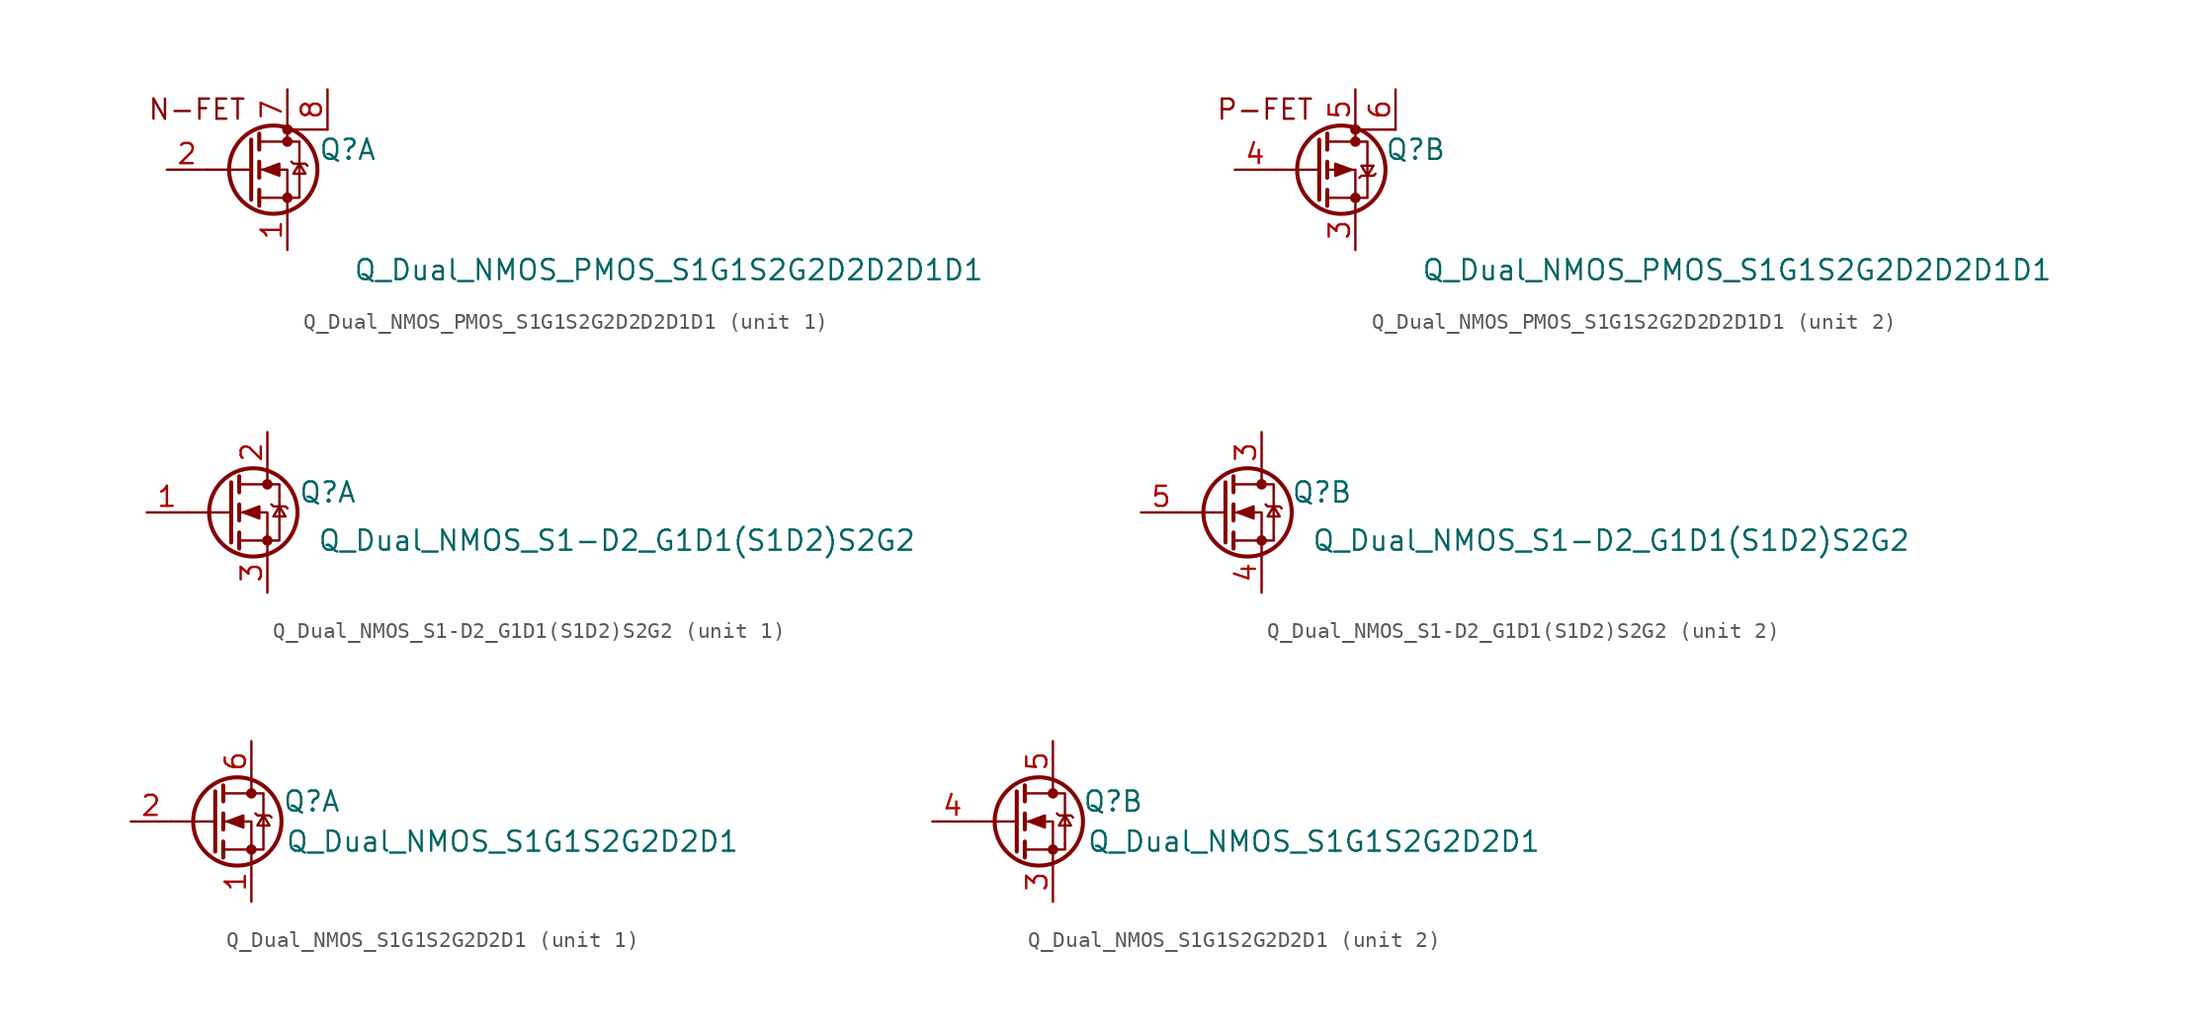
<source format=kicad_sym>
(kicad_symbol_lib
  (version 20231120)
  (generator "kicad_symbol_editor")
  (generator_version "8.0")
  (symbol "Q_Dual_NMOS_PMOS_S1G1S2G2D2D2D1D1"
    (pin_names
      (offset 0) hide)
    (property "Reference" "Q"
      (at 6.35 1.27 0)
      (effects (font (size 1.27 1.27))))
    (property "Value" "Q_Dual_NMOS_PMOS_S1G1S2G2D2D2D1D1"
      (at 26.67 -6.35 0)
      (effects (font (size 1.27 1.27))))
    (symbol "Q_Dual_NMOS_PMOS_S1G1S2G2D2D2D1D1_1_0"
      (text "N-FET" (at -3.175 3.81 0) (effects (font (size 1.27 1.27)))))
    (symbol "Q_Dual_NMOS_PMOS_S1G1S2G2D2D2D1D1_1_1"
      (polyline (pts (xy 0.254 0) (xy -2.54 0)) (stroke (width 0) (type default)) (fill (type none)))
      (polyline (pts (xy 0.254 1.905) (xy 0.254 -1.905)) (stroke (width 0.254) (type default)) (fill (type none)))
      (polyline (pts (xy 0.762 -1.27) (xy 0.762 -2.286)) (stroke (width 0.254) (type default)) (fill (type none)))
      (polyline (pts (xy 0.762 0.508) (xy 0.762 -0.508)) (stroke (width 0.254) (type default)) (fill (type none)))
      (polyline (pts (xy 0.762 2.286) (xy 0.762 1.27)) (stroke (width 0.254) (type default)) (fill (type none)))
      (polyline (pts (xy 2.54 2.54) (xy 2.54 1.778)) (stroke (width 0) (type default)) (fill (type none)))
      (polyline (pts (xy 5.08 2.54) (xy 2.54 2.54)) (stroke (width 0) (type default)) (fill (type none)))
      (polyline (pts (xy 2.54 -2.54) (xy 2.54 0) (xy 0.762 0)) (stroke (width 0) (type default)) (fill (type none)))
      (polyline (pts (xy 0.762 -1.778) (xy 3.302 -1.778) (xy 3.302 1.778) (xy 0.762 1.778)) (stroke (width 0) (type default)) (fill (type none)))
      (polyline (pts (xy 1.016 0) (xy 2.032 0.381) (xy 2.032 -0.381) (xy 1.016 0)) (stroke (width 0) (type default)) (fill (type outline)))
      (polyline (pts (xy 2.794 0.508) (xy 2.921 0.381) (xy 3.683 0.381) (xy 3.81 0.254)) (stroke (width 0) (type default)) (fill (type none)))
      (polyline (pts (xy 3.302 0.381) (xy 2.921 -0.254) (xy 3.683 -0.254) (xy 3.302 0.381)) (stroke (width 0) (type default)) (fill (type none)))
      (circle (center 1.651 0) (radius 2.794) (stroke (width 0.254) (type default)) (fill (type none)))
      (circle (center 2.54 -1.778) (radius 0.254) (stroke (width 0) (type default)) (fill (type outline)))
      (circle (center 2.54 1.778) (radius 0.254) (stroke (width 0) (type default)) (fill (type outline)))
      (circle (center 2.54 2.54) (radius 0.254) (stroke (width 0) (type default)) (fill (type outline)))
      (pin passive line (at 2.54 -5.08 90) (length 2.54) (name "S1" (effects (font (size 1.27 1.27)))) (number "1" (effects (font (size 1.27 1.27)))))
      (pin input line (at -5.08 0 0) (length 2.54) (name "G1" (effects (font (size 1.27 1.27)))) (number "2" (effects (font (size 1.27 1.27)))))
      (pin passive line (at 2.54 5.08 270) (length 2.54) (name "D1" (effects (font (size 1.27 1.27)))) (number "7" (effects (font (size 1.27 1.27)))))
      (pin passive line (at 5.08 5.08 270) (length 2.54) (name "1" (effects (font (size 1.27 1.27)))) (number "8" (effects (font (size 1.27 1.27))))))
    (symbol "Q_Dual_NMOS_PMOS_S1G1S2G2D2D2D1D1_2_0"
      (text "P-FET" (at -3.175 3.81 0) (effects (font (size 1.27 1.27)))))
    (symbol "Q_Dual_NMOS_PMOS_S1G1S2G2D2D2D1D1_2_1"
      (polyline (pts (xy 0.254 0) (xy -2.54 0)) (stroke (width 0) (type default)) (fill (type none)))
      (polyline (pts (xy 0.254 1.905) (xy 0.254 -1.905)) (stroke (width 0.254) (type default)) (fill (type none)))
      (polyline (pts (xy 0.762 -1.27) (xy 0.762 -2.286)) (stroke (width 0.254) (type default)) (fill (type none)))
      (polyline (pts (xy 0.762 0.508) (xy 0.762 -0.508)) (stroke (width 0.254) (type default)) (fill (type none)))
      (polyline (pts (xy 0.762 2.286) (xy 0.762 1.27)) (stroke (width 0.254) (type default)) (fill (type none)))
      (polyline (pts (xy 2.54 2.54) (xy 2.54 1.778)) (stroke (width 0) (type default)) (fill (type none)))
      (polyline (pts (xy 2.54 -2.54) (xy 2.54 0) (xy 0.762 0)) (stroke (width 0) (type default)) (fill (type none)))
      (polyline (pts (xy 0.762 1.778) (xy 3.302 1.778) (xy 3.302 -1.778) (xy 0.762 -1.778)) (stroke (width 0) (type default)) (fill (type none)))
      (polyline (pts (xy 2.286 0) (xy 1.27 0.381) (xy 1.27 -0.381) (xy 2.286 0)) (stroke (width 0) (type default)) (fill (type outline)))
      (polyline (pts (xy 2.794 -0.508) (xy 2.921 -0.381) (xy 3.683 -0.381) (xy 3.81 -0.254)) (stroke (width 0) (type default)) (fill (type none)))
      (polyline (pts (xy 3.302 -0.381) (xy 2.921 0.254) (xy 3.683 0.254) (xy 3.302 -0.381)) (stroke (width 0) (type default)) (fill (type none)))
      (circle (center 1.651 0) (radius 2.794) (stroke (width 0.254) (type default)) (fill (type none)))
      (circle (center 2.54 -1.778) (radius 0.254) (stroke (width 0) (type default)) (fill (type outline)))
      (circle (center 2.54 1.778) (radius 0.254) (stroke (width 0) (type default)) (fill (type outline)))
      (circle (center 2.54 2.54) (radius 0.254) (stroke (width 0) (type default)) (fill (type outline)))
      (rectangle (start 5.08 2.54) (end 2.54 2.54) (stroke (width 0) (type default)) (fill (type none)))
      (pin passive line (at 2.54 -5.08 90) (length 2.54) (name "S" (effects (font (size 1.27 1.27)))) (number "3" (effects (font (size 1.27 1.27)))))
      (pin input line (at -5.08 0 0) (length 2.54) (name "G" (effects (font (size 1.27 1.27)))) (number "4" (effects (font (size 1.27 1.27)))))
      (pin passive line (at 2.54 5.08 270) (length 2.54) (name "D" (effects (font (size 1.27 1.27)))) (number "5" (effects (font (size 1.27 1.27)))))
      (pin passive line (at 5.08 5.08 270) (length 2.54) (name "G" (effects (font (size 1.27 1.27)))) (number "6" (effects (font (size 1.27 1.27)))))))
  (symbol "Q_Dual_NMOS_S1-D2_G1D1(S1D2)S2G2"
    (pin_names
      (offset 0) hide)
    (property "Reference" "Q"
      (at 6.35 1.27 0)
      (effects (font (size 1.27 1.27))))
    (property "Value" "Q_Dual_NMOS_S1-D2_G1D1(S1D2)S2G2"
      (at 24.638 -1.778 0)
      (effects (font (size 1.27 1.27))))
    (symbol "Q_Dual_NMOS_S1-D2_G1D1(S1D2)S2G2_0_1"
      (polyline (pts (xy 0.254 0) (xy -2.54 0)) (stroke (width 0) (type default)) (fill (type none)))
      (polyline (pts (xy 0.254 1.905) (xy 0.254 -1.905)) (stroke (width 0.254) (type default)) (fill (type none)))
      (polyline (pts (xy 0.762 -1.27) (xy 0.762 -2.286)) (stroke (width 0.254) (type default)) (fill (type none)))
      (polyline (pts (xy 0.762 0.508) (xy 0.762 -0.508)) (stroke (width 0.254) (type default)) (fill (type none)))
      (polyline (pts (xy 0.762 2.286) (xy 0.762 1.27)) (stroke (width 0.254) (type default)) (fill (type none)))
      (polyline (pts (xy 2.54 2.54) (xy 2.54 1.778)) (stroke (width 0) (type default)) (fill (type none)))
      (polyline (pts (xy 2.54 -2.54) (xy 2.54 0) (xy 0.762 0)) (stroke (width 0) (type default)) (fill (type none)))
      (polyline (pts (xy 0.762 -1.778) (xy 3.302 -1.778) (xy 3.302 1.778) (xy 0.762 1.778)) (stroke (width 0) (type default)) (fill (type none)))
      (polyline (pts (xy 1.016 0) (xy 2.032 0.381) (xy 2.032 -0.381) (xy 1.016 0)) (stroke (width 0) (type default)) (fill (type outline)))
      (polyline (pts (xy 2.794 0.508) (xy 2.921 0.381) (xy 3.683 0.381) (xy 3.81 0.254)) (stroke (width 0) (type default)) (fill (type none)))
      (polyline (pts (xy 3.302 0.381) (xy 2.921 -0.254) (xy 3.683 -0.254) (xy 3.302 0.381)) (stroke (width 0) (type default)) (fill (type none)))
      (circle (center 1.651 0) (radius 2.794) (stroke (width 0.254) (type default)) (fill (type none)))
      (circle (center 2.54 -1.778) (radius 0.254) (stroke (width 0) (type default)) (fill (type outline)))
      (circle (center 2.54 1.778) (radius 0.254) (stroke (width 0) (type default)) (fill (type outline))))
    (symbol "Q_Dual_NMOS_S1-D2_G1D1(S1D2)S2G2_1_1"
      (pin input line (at -5.08 0 0) (length 2.54) (name "G1" (effects (font (size 1.27 1.27)))) (number "1" (effects (font (size 1.27 1.27)))))
      (pin passive line (at 2.54 5.08 270) (length 2.54) (name "D1" (effects (font (size 1.27 1.27)))) (number "2" (effects (font (size 1.27 1.27)))))
      (pin passive line (at 2.54 -5.08 90) (length 2.54) (name "S1D2" (effects (font (size 1.27 1.27)))) (number "3" (effects (font (size 1.27 1.27))))))
    (symbol "Q_Dual_NMOS_S1-D2_G1D1(S1D2)S2G2_2_1"
      (pin passive line (at 2.54 5.08 270) (length 2.54) (name "S1D2" (effects (font (size 1.27 1.27)))) (number "3" (effects (font (size 1.27 1.27)))))
      (pin passive line (at 2.54 -5.08 90) (length 2.54) (name "S2" (effects (font (size 1.27 1.27)))) (number "4" (effects (font (size 1.27 1.27)))))
      (pin input line (at -5.08 0 0) (length 2.54) (name "G2" (effects (font (size 1.27 1.27)))) (number "5" (effects (font (size 1.27 1.27)))))))
  (symbol "Q_Dual_NMOS_S1G1S2G2D2D1"
    (pin_names
      (offset 0) hide)
    (property "Reference" "Q"
      (at 6.35 1.27 0)
      (effects (font (size 1.27 1.27))))
    (property "Value" "Q_Dual_NMOS_S1G1S2G2D2D1"
      (at 19.05 -1.27 0)
      (effects (font (size 1.27 1.27))))
    (symbol "Q_Dual_NMOS_S1G1S2G2D2D1_0_1"
      (polyline (pts (xy 0.254 0) (xy -2.54 0)) (stroke (width 0) (type default)) (fill (type none)))
      (polyline (pts (xy 0.254 1.905) (xy 0.254 -1.905)) (stroke (width 0.254) (type default)) (fill (type none)))
      (polyline (pts (xy 0.762 -1.27) (xy 0.762 -2.286)) (stroke (width 0.254) (type default)) (fill (type none)))
      (polyline (pts (xy 0.762 0.508) (xy 0.762 -0.508)) (stroke (width 0.254) (type default)) (fill (type none)))
      (polyline (pts (xy 0.762 2.286) (xy 0.762 1.27)) (stroke (width 0.254) (type default)) (fill (type none)))
      (polyline (pts (xy 2.54 2.54) (xy 2.54 1.778)) (stroke (width 0) (type default)) (fill (type none)))
      (polyline (pts (xy 2.54 -2.54) (xy 2.54 0) (xy 0.762 0)) (stroke (width 0) (type default)) (fill (type none)))
      (polyline (pts (xy 0.762 -1.778) (xy 3.302 -1.778) (xy 3.302 1.778) (xy 0.762 1.778)) (stroke (width 0) (type default)) (fill (type none)))
      (polyline (pts (xy 1.016 0) (xy 2.032 0.381) (xy 2.032 -0.381) (xy 1.016 0)) (stroke (width 0) (type default)) (fill (type outline)))
      (polyline (pts (xy 2.794 0.508) (xy 2.921 0.381) (xy 3.683 0.381) (xy 3.81 0.254)) (stroke (width 0) (type default)) (fill (type none)))
      (polyline (pts (xy 3.302 0.381) (xy 2.921 -0.254) (xy 3.683 -0.254) (xy 3.302 0.381)) (stroke (width 0) (type default)) (fill (type none)))
      (circle (center 1.651 0) (radius 2.794) (stroke (width 0.254) (type default)) (fill (type none)))
      (circle (center 2.54 -1.778) (radius 0.254) (stroke (width 0) (type default)) (fill (type outline)))
      (circle (center 2.54 1.778) (radius 0.254) (stroke (width 0) (type default)) (fill (type outline))))
    (symbol "Q_Dual_NMOS_S1G1S2G2D2D1_1_1"
      (pin passive line (at 2.54 -5.08 90) (length 2.54) (name "S1" (effects (font (size 1.27 1.27)))) (number "1" (effects (font (size 1.27 1.27)))))
      (pin input line (at -5.08 0 0) (length 2.54) (name "G1" (effects (font (size 1.27 1.27)))) (number "2" (effects (font (size 1.27 1.27)))))
      (pin passive line (at 2.54 5.08 270) (length 2.54) (name "D1" (effects (font (size 1.27 1.27)))) (number "6" (effects (font (size 1.27 1.27))))))
    (symbol "Q_Dual_NMOS_S1G1S2G2D2D1_2_1"
      (pin passive line (at 2.54 -5.08 90) (length 2.54) (name "S2" (effects (font (size 1.27 1.27)))) (number "3" (effects (font (size 1.27 1.27)))))
      (pin input line (at -5.08 0 0) (length 2.54) (name "G2" (effects (font (size 1.27 1.27)))) (number "4" (effects (font (size 1.27 1.27)))))
      (pin passive line (at 2.54 5.08 270) (length 2.54) (name "D2" (effects (font (size 1.27 1.27)))) (number "5" (effects (font (size 1.27 1.27))))))))
</source>
